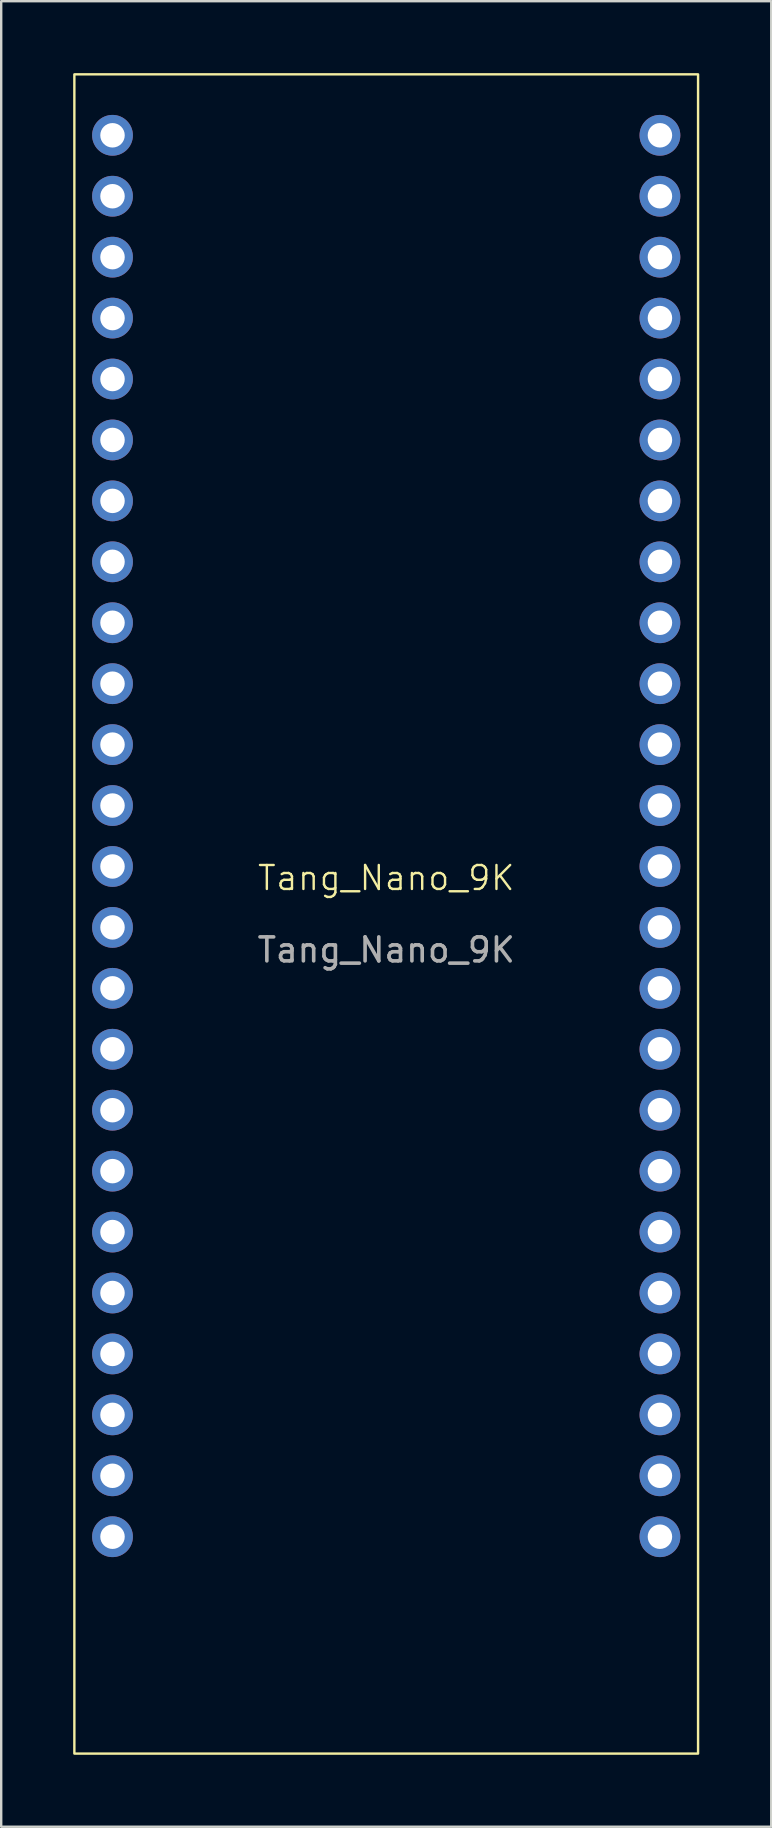
<source format=kicad_pcb>
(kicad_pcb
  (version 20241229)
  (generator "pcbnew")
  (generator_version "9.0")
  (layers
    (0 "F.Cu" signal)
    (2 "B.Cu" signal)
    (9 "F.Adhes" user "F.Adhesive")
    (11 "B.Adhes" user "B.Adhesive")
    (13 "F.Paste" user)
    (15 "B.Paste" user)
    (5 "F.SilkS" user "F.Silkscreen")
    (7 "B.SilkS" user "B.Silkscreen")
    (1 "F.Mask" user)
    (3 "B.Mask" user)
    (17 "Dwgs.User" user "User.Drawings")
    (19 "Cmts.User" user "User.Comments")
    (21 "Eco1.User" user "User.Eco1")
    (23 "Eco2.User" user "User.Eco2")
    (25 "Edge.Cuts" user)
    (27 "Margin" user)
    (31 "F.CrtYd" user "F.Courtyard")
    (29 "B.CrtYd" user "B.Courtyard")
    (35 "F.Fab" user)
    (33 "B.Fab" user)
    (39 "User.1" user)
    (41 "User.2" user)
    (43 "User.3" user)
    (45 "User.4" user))
  (footprint "Tang_Nano_9K"
    (layer "F.Cu")
    (at 13.05 35.05)
    (property "Reference" "Tang_Nano_9K" (at 0 -1.5 0) (unlocked yes) (layer "F.SilkS") (effects (font (size 1 1) (thickness 0.1))))
    (attr through_hole)
    (fp_rect (start -13 -35) (end 13 35) (stroke (width 0.1) (type default)) (fill no) (layer "F.SilkS"))
    (fp_text user "${REFERENCE}" (at 0 1.5 0) (unlocked yes) (layer "F.Fab") (effects (font (size 1 1) (thickness 0.15))))
    (pad "1" thru_hole circle (at -11.41 -32.46) (size 1.7 1.7) (drill 1.02) (layers "*.Cu" "*.Mask"))
    (pad "2" thru_hole circle (at -11.41 -29.92) (size 1.7 1.7) (drill 1.02) (layers "*.Cu" "*.Mask"))
    (pad "3" thru_hole circle (at -11.41 -27.38) (size 1.7 1.7) (drill 1.02) (layers "*.Cu" "*.Mask"))
    (pad "4" thru_hole circle (at -11.41 -24.84) (size 1.7 1.7) (drill 1.02) (layers "*.Cu" "*.Mask"))
    (pad "5" thru_hole circle (at -11.41 -22.3) (size 1.7 1.7) (drill 1.02) (layers "*.Cu" "*.Mask"))
    (pad "6" thru_hole circle (at -11.41 -19.76) (size 1.7 1.7) (drill 1.02) (layers "*.Cu" "*.Mask"))
    (pad "7" thru_hole circle (at -11.41 -17.22) (size 1.7 1.7) (drill 1.02) (layers "*.Cu" "*.Mask"))
    (pad "8" thru_hole circle (at -11.41 -14.68) (size 1.7 1.7) (drill 1.02) (layers "*.Cu" "*.Mask"))
    (pad "9" thru_hole circle (at -11.41 -12.14) (size 1.7 1.7) (drill 1.02) (layers "*.Cu" "*.Mask"))
    (pad "10" thru_hole circle (at -11.41 -9.6) (size 1.7 1.7) (drill 1.02) (layers "*.Cu" "*.Mask"))
    (pad "11" thru_hole circle (at -11.41 -7.06) (size 1.7 1.7) (drill 1.02) (layers "*.Cu" "*.Mask"))
    (pad "12" thru_hole circle (at -11.41 -4.52) (size 1.7 1.7) (drill 1.02) (layers "*.Cu" "*.Mask"))
    (pad "13" thru_hole circle (at -11.41 -1.98) (size 1.7 1.7) (drill 1.02) (layers "*.Cu" "*.Mask"))
    (pad "14" thru_hole circle (at -11.41 0.56) (size 1.7 1.7) (drill 1.02) (layers "*.Cu" "*.Mask"))
    (pad "15" thru_hole circle (at -11.41 3.1) (size 1.7 1.7) (drill 1.02) (layers "*.Cu" "*.Mask"))
    (pad "16" thru_hole circle (at -11.41 5.64) (size 1.7 1.7) (drill 1.02) (layers "*.Cu" "*.Mask"))
    (pad "17" thru_hole circle (at -11.41 8.18) (size 1.7 1.7) (drill 1.02) (layers "*.Cu" "*.Mask"))
    (pad "18" thru_hole circle (at -11.41 10.72) (size 1.7 1.7) (drill 1.02) (layers "*.Cu" "*.Mask"))
    (pad "19" thru_hole circle (at -11.41 13.26) (size 1.7 1.7) (drill 1.02) (layers "*.Cu" "*.Mask"))
    (pad "20" thru_hole circle (at -11.41 15.8) (size 1.7 1.7) (drill 1.02) (layers "*.Cu" "*.Mask"))
    (pad "21" thru_hole circle (at -11.41 18.34) (size 1.7 1.7) (drill 1.02) (layers "*.Cu" "*.Mask"))
    (pad "22" thru_hole circle (at -11.41 20.88) (size 1.7 1.7) (drill 1.02) (layers "*.Cu" "*.Mask"))
    (pad "23" thru_hole circle (at -11.41 23.42) (size 1.7 1.7) (drill 1.02) (layers "*.Cu" "*.Mask"))
    (pad "24" thru_hole circle (at -11.41 25.96) (size 1.7 1.7) (drill 1.02) (layers "*.Cu" "*.Mask"))
    (pad "25" thru_hole circle (at 11.41 25.96) (size 1.7 1.7) (drill 1.02) (layers "*.Cu" "*.Mask"))
    (pad "26" thru_hole circle (at 11.41 23.42) (size 1.7 1.7) (drill 1.02) (layers "*.Cu" "*.Mask"))
    (pad "27" thru_hole circle (at 11.41 20.88) (size 1.7 1.7) (drill 1.02) (layers "*.Cu" "*.Mask"))
    (pad "28" thru_hole circle (at 11.41 18.34) (size 1.7 1.7) (drill 1.02) (layers "*.Cu" "*.Mask"))
    (pad "29" thru_hole circle (at 11.41 15.8) (size 1.7 1.7) (drill 1.02) (layers "*.Cu" "*.Mask"))
    (pad "30" thru_hole circle (at 11.41 13.26) (size 1.7 1.7) (drill 1.02) (layers "*.Cu" "*.Mask"))
    (pad "31" thru_hole circle (at 11.41 10.72) (size 1.7 1.7) (drill 1.02) (layers "*.Cu" "*.Mask"))
    (pad "32" thru_hole circle (at 11.41 8.18) (size 1.7 1.7) (drill 1.02) (layers "*.Cu" "*.Mask"))
    (pad "33" thru_hole circle (at 11.41 5.64) (size 1.7 1.7) (drill 1.02) (layers "*.Cu" "*.Mask"))
    (pad "34" thru_hole circle (at 11.41 3.1) (size 1.7 1.7) (drill 1.02) (layers "*.Cu" "*.Mask"))
    (pad "35" thru_hole circle (at 11.41 0.56) (size 1.7 1.7) (drill 1.02) (layers "*.Cu" "*.Mask"))
    (pad "36" thru_hole circle (at 11.41 -1.98) (size 1.7 1.7) (drill 1.02) (layers "*.Cu" "*.Mask"))
    (pad "37" thru_hole circle (at 11.41 -4.52) (size 1.7 1.7) (drill 1.02) (layers "*.Cu" "*.Mask"))
    (pad "38" thru_hole circle (at 11.41 -7.06) (size 1.7 1.7) (drill 1.02) (layers "*.Cu" "*.Mask"))
    (pad "39" thru_hole circle (at 11.41 -9.6) (size 1.7 1.7) (drill 1.02) (layers "*.Cu" "*.Mask"))
    (pad "40" thru_hole circle (at 11.41 -12.14) (size 1.7 1.7) (drill 1.02) (layers "*.Cu" "*.Mask"))
    (pad "41" thru_hole circle (at 11.41 -14.68) (size 1.7 1.7) (drill 1.02) (layers "*.Cu" "*.Mask"))
    (pad "42" thru_hole circle (at 11.41 -17.22) (size 1.7 1.7) (drill 1.02) (layers "*.Cu" "*.Mask"))
    (pad "43" thru_hole circle (at 11.41 -19.76) (size 1.7 1.7) (drill 1.02) (layers "*.Cu" "*.Mask"))
    (pad "44" thru_hole circle (at 11.41 -22.3) (size 1.7 1.7) (drill 1.02) (layers "*.Cu" "*.Mask"))
    (pad "45" thru_hole circle (at 11.41 -24.84) (size 1.7 1.7) (drill 1.02) (layers "*.Cu" "*.Mask"))
    (pad "46" thru_hole circle (at 11.41 -27.38) (size 1.7 1.7) (drill 1.02) (layers "*.Cu" "*.Mask"))
    (pad "47" thru_hole circle (at 11.41 -29.92) (size 1.7 1.7) (drill 1.02) (layers "*.Cu" "*.Mask"))
    (pad "48" thru_hole circle (at 11.41 -32.46) (size 1.7 1.7) (drill 1.02) (layers "*.Cu" "*.Mask")))
  (gr_rect
    (start -3 -3)
    (end 29.1 73.1)
    (stroke (width 0.1) (type default))
    (fill no)
    (layer "Edge.Cuts")))
</source>
